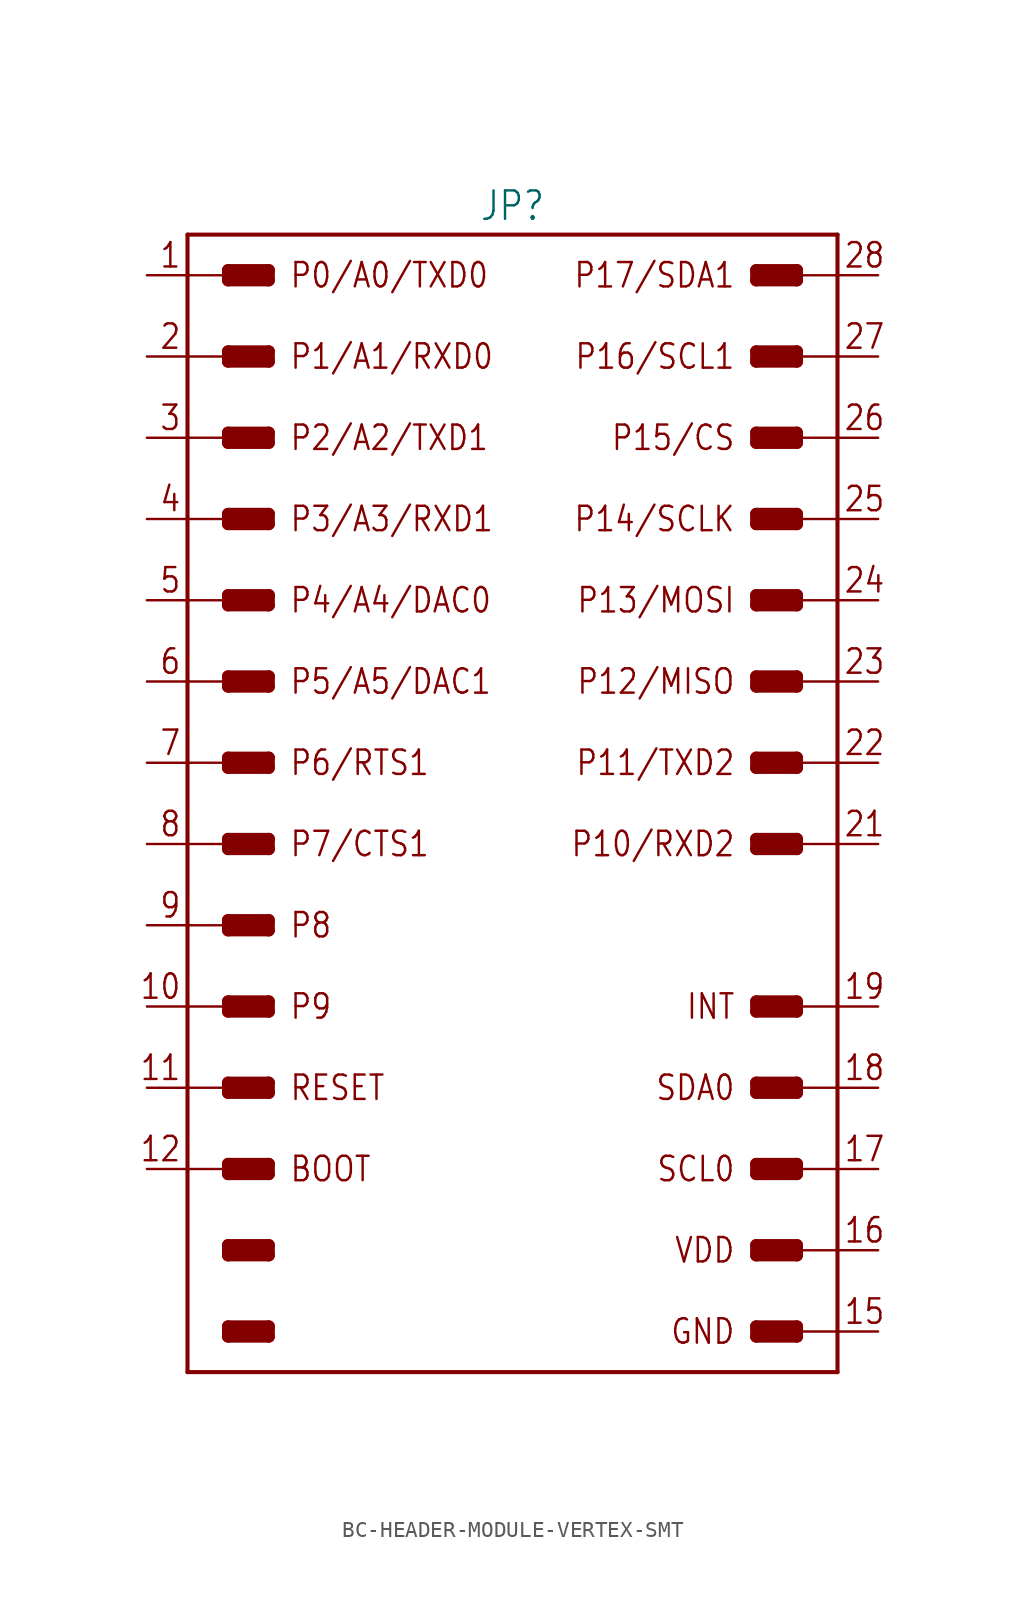
<source format=kicad_sym>
(kicad_symbol_lib
  (version 20231120)
  (generator "kicad_symbol_editor")
  (generator_version "8.0")
  (symbol "BC-HEADER-MODULE-VERTEX-SMT"
    (property "Reference" "JP"
      (at 0 36.322 0)
      (effects (font (size 1.778 1.511)) (justify bottom)))
    (property "Value" ""
      (at 0 -36.322 0)
      (effects (font (size 1.778 1.511)) (justify top)))
    (property "ki_locked" ""
      (at 0 0 0)
      (effects (font (size 1.27 1.27))))
    (symbol "BC-HEADER-MODULE-VERTEX-SMT_1_0"
      (polyline (pts (xy -20.32 -22.86) (xy -20.32 -35.56)) (stroke (width 0.254) (type solid)) (fill (type none)))
      (polyline (pts (xy -20.32 -22.86) (xy -17.78 -22.86)) (stroke (width 0.152) (type solid)) (fill (type none)))
      (polyline (pts (xy -20.32 -17.78) (xy -20.32 -22.86)) (stroke (width 0.254) (type solid)) (fill (type none)))
      (polyline (pts (xy -20.32 -17.78) (xy -17.78 -17.78)) (stroke (width 0.152) (type solid)) (fill (type none)))
      (polyline (pts (xy -20.32 -12.7) (xy -20.32 -17.78)) (stroke (width 0.254) (type solid)) (fill (type none)))
      (polyline (pts (xy -20.32 -12.7) (xy -17.78 -12.7)) (stroke (width 0.152) (type solid)) (fill (type none)))
      (polyline (pts (xy -20.32 -7.62) (xy -20.32 -12.7)) (stroke (width 0.254) (type solid)) (fill (type none)))
      (polyline (pts (xy -20.32 -7.62) (xy -17.78 -7.62)) (stroke (width 0.152) (type solid)) (fill (type none)))
      (polyline (pts (xy -20.32 -2.54) (xy -20.32 -7.62)) (stroke (width 0.254) (type solid)) (fill (type none)))
      (polyline (pts (xy -20.32 -2.54) (xy -17.78 -2.54)) (stroke (width 0.152) (type solid)) (fill (type none)))
      (polyline (pts (xy -20.32 2.54) (xy -20.32 -2.54)) (stroke (width 0.254) (type solid)) (fill (type none)))
      (polyline (pts (xy -20.32 2.54) (xy -17.78 2.54)) (stroke (width 0.152) (type solid)) (fill (type none)))
      (polyline (pts (xy -20.32 7.62) (xy -20.32 2.54)) (stroke (width 0.254) (type solid)) (fill (type none)))
      (polyline (pts (xy -20.32 7.62) (xy -17.78 7.62)) (stroke (width 0.152) (type solid)) (fill (type none)))
      (polyline (pts (xy -20.32 12.7) (xy -20.32 7.62)) (stroke (width 0.254) (type solid)) (fill (type none)))
      (polyline (pts (xy -20.32 12.7) (xy -17.78 12.7)) (stroke (width 0.152) (type solid)) (fill (type none)))
      (polyline (pts (xy -20.32 17.78) (xy -20.32 12.7)) (stroke (width 0.254) (type solid)) (fill (type none)))
      (polyline (pts (xy -20.32 17.78) (xy -17.78 17.78)) (stroke (width 0.152) (type solid)) (fill (type none)))
      (polyline (pts (xy -20.32 22.86) (xy -20.32 17.78)) (stroke (width 0.254) (type solid)) (fill (type none)))
      (polyline (pts (xy -20.32 22.86) (xy -17.78 22.86)) (stroke (width 0.152) (type solid)) (fill (type none)))
      (polyline (pts (xy -20.32 27.94) (xy -20.32 22.86)) (stroke (width 0.254) (type solid)) (fill (type none)))
      (polyline (pts (xy -20.32 27.94) (xy -17.78 27.94)) (stroke (width 0.152) (type solid)) (fill (type none)))
      (polyline (pts (xy -20.32 33.02) (xy -20.32 27.94)) (stroke (width 0.254) (type solid)) (fill (type none)))
      (polyline (pts (xy -20.32 33.02) (xy -17.78 33.02)) (stroke (width 0.152) (type solid)) (fill (type none)))
      (polyline (pts (xy -20.32 35.56) (xy -20.32 33.02)) (stroke (width 0.254) (type solid)) (fill (type none)))
      (polyline (pts (xy -20.32 35.56) (xy 20.32 35.56)) (stroke (width 0.254) (type solid)) (fill (type none)))
      (polyline (pts (xy -17.78 -33.337) (xy -15.24 -33.337)) (stroke (width 0.762) (type solid)) (fill (type none)))
      (polyline (pts (xy -17.78 -32.703) (xy -17.78 -33.337)) (stroke (width 0.762) (type solid)) (fill (type none)))
      (polyline (pts (xy -17.78 -32.703) (xy -15.24 -32.703)) (stroke (width 0.762) (type solid)) (fill (type none)))
      (polyline (pts (xy -17.78 -28.258) (xy -15.24 -28.258)) (stroke (width 0.762) (type solid)) (fill (type none)))
      (polyline (pts (xy -17.78 -27.622) (xy -17.78 -28.258)) (stroke (width 0.762) (type solid)) (fill (type none)))
      (polyline (pts (xy -17.78 -27.622) (xy -15.24 -27.622)) (stroke (width 0.762) (type solid)) (fill (type none)))
      (polyline (pts (xy -17.78 -23.177) (xy -15.24 -23.177)) (stroke (width 0.762) (type solid)) (fill (type none)))
      (polyline (pts (xy -17.78 -22.543) (xy -17.78 -23.177)) (stroke (width 0.762) (type solid)) (fill (type none)))
      (polyline (pts (xy -17.78 -22.543) (xy -15.24 -22.543)) (stroke (width 0.762) (type solid)) (fill (type none)))
      (polyline (pts (xy -17.78 -18.098) (xy -15.24 -18.098)) (stroke (width 0.762) (type solid)) (fill (type none)))
      (polyline (pts (xy -17.78 -17.78) (xy -17.78 -18.098)) (stroke (width 0.762) (type solid)) (fill (type none)))
      (polyline (pts (xy -17.78 -17.462) (xy -17.78 -17.78)) (stroke (width 0.762) (type solid)) (fill (type none)))
      (polyline (pts (xy -17.78 -17.462) (xy -15.24 -17.462)) (stroke (width 0.762) (type solid)) (fill (type none)))
      (polyline (pts (xy -17.78 -13.018) (xy -15.24 -13.018)) (stroke (width 0.762) (type solid)) (fill (type none)))
      (polyline (pts (xy -17.78 -12.7) (xy -17.78 -13.018)) (stroke (width 0.762) (type solid)) (fill (type none)))
      (polyline (pts (xy -17.78 -12.383) (xy -17.78 -12.7)) (stroke (width 0.762) (type solid)) (fill (type none)))
      (polyline (pts (xy -17.78 -12.383) (xy -15.24 -12.383)) (stroke (width 0.762) (type solid)) (fill (type none)))
      (polyline (pts (xy -17.78 -7.938) (xy -15.24 -7.938)) (stroke (width 0.762) (type solid)) (fill (type none)))
      (polyline (pts (xy -17.78 -7.62) (xy -17.78 -7.938)) (stroke (width 0.762) (type solid)) (fill (type none)))
      (polyline (pts (xy -17.78 -7.303) (xy -17.78 -7.62)) (stroke (width 0.762) (type solid)) (fill (type none)))
      (polyline (pts (xy -17.78 -7.303) (xy -15.24 -7.303)) (stroke (width 0.762) (type solid)) (fill (type none)))
      (polyline (pts (xy -17.78 -2.857) (xy -15.24 -2.857)) (stroke (width 0.762) (type solid)) (fill (type none)))
      (polyline (pts (xy -17.78 -2.54) (xy -17.78 -2.857)) (stroke (width 0.762) (type solid)) (fill (type none)))
      (polyline (pts (xy -17.78 -2.223) (xy -17.78 -2.54)) (stroke (width 0.762) (type solid)) (fill (type none)))
      (polyline (pts (xy -17.78 -2.223) (xy -15.24 -2.223)) (stroke (width 0.762) (type solid)) (fill (type none)))
      (polyline (pts (xy -17.78 2.223) (xy -15.24 2.223)) (stroke (width 0.762) (type solid)) (fill (type none)))
      (polyline (pts (xy -17.78 2.54) (xy -17.78 2.223)) (stroke (width 0.762) (type solid)) (fill (type none)))
      (polyline (pts (xy -17.78 2.857) (xy -17.78 2.54)) (stroke (width 0.762) (type solid)) (fill (type none)))
      (polyline (pts (xy -17.78 2.857) (xy -15.24 2.857)) (stroke (width 0.762) (type solid)) (fill (type none)))
      (polyline (pts (xy -17.78 7.303) (xy -15.24 7.303)) (stroke (width 0.762) (type solid)) (fill (type none)))
      (polyline (pts (xy -17.78 7.62) (xy -17.78 7.303)) (stroke (width 0.762) (type solid)) (fill (type none)))
      (polyline (pts (xy -17.78 7.938) (xy -17.78 7.62)) (stroke (width 0.762) (type solid)) (fill (type none)))
      (polyline (pts (xy -17.78 7.938) (xy -15.24 7.938)) (stroke (width 0.762) (type solid)) (fill (type none)))
      (polyline (pts (xy -17.78 12.383) (xy -15.24 12.383)) (stroke (width 0.762) (type solid)) (fill (type none)))
      (polyline (pts (xy -17.78 12.7) (xy -17.78 12.383)) (stroke (width 0.762) (type solid)) (fill (type none)))
      (polyline (pts (xy -17.78 13.018) (xy -17.78 12.7)) (stroke (width 0.762) (type solid)) (fill (type none)))
      (polyline (pts (xy -17.78 13.018) (xy -15.24 13.018)) (stroke (width 0.762) (type solid)) (fill (type none)))
      (polyline (pts (xy -17.78 17.462) (xy -15.24 17.462)) (stroke (width 0.762) (type solid)) (fill (type none)))
      (polyline (pts (xy -17.78 17.78) (xy -17.78 17.462)) (stroke (width 0.762) (type solid)) (fill (type none)))
      (polyline (pts (xy -17.78 18.098) (xy -17.78 17.78)) (stroke (width 0.762) (type solid)) (fill (type none)))
      (polyline (pts (xy -17.78 18.098) (xy -15.24 18.098)) (stroke (width 0.762) (type solid)) (fill (type none)))
      (polyline (pts (xy -17.78 22.543) (xy -15.24 22.543)) (stroke (width 0.762) (type solid)) (fill (type none)))
      (polyline (pts (xy -17.78 22.86) (xy -17.78 22.543)) (stroke (width 0.762) (type solid)) (fill (type none)))
      (polyline (pts (xy -17.78 23.177) (xy -17.78 22.86)) (stroke (width 0.762) (type solid)) (fill (type none)))
      (polyline (pts (xy -17.78 23.177) (xy -15.24 23.177)) (stroke (width 0.762) (type solid)) (fill (type none)))
      (polyline (pts (xy -17.78 27.622) (xy -15.24 27.622)) (stroke (width 0.762) (type solid)) (fill (type none)))
      (polyline (pts (xy -17.78 27.94) (xy -17.78 27.622)) (stroke (width 0.762) (type solid)) (fill (type none)))
      (polyline (pts (xy -17.78 28.258) (xy -17.78 27.94)) (stroke (width 0.762) (type solid)) (fill (type none)))
      (polyline (pts (xy -17.78 28.258) (xy -15.24 28.258)) (stroke (width 0.762) (type solid)) (fill (type none)))
      (polyline (pts (xy -17.78 32.703) (xy -15.24 32.703)) (stroke (width 0.762) (type solid)) (fill (type none)))
      (polyline (pts (xy -17.78 33.02) (xy -17.78 32.703)) (stroke (width 0.762) (type solid)) (fill (type none)))
      (polyline (pts (xy -17.78 33.337) (xy -17.78 33.02)) (stroke (width 0.762) (type solid)) (fill (type none)))
      (polyline (pts (xy -17.78 33.337) (xy -15.24 33.337)) (stroke (width 0.762) (type solid)) (fill (type none)))
      (polyline (pts (xy -15.24 -33.337) (xy -15.24 -32.703)) (stroke (width 0.762) (type solid)) (fill (type none)))
      (polyline (pts (xy -15.24 -28.258) (xy -15.24 -27.622)) (stroke (width 0.762) (type solid)) (fill (type none)))
      (polyline (pts (xy -15.24 -23.177) (xy -15.24 -22.543)) (stroke (width 0.762) (type solid)) (fill (type none)))
      (polyline (pts (xy -15.24 -18.098) (xy -15.24 -17.462)) (stroke (width 0.762) (type solid)) (fill (type none)))
      (polyline (pts (xy -15.24 -13.018) (xy -15.24 -12.383)) (stroke (width 0.762) (type solid)) (fill (type none)))
      (polyline (pts (xy -15.24 -7.938) (xy -15.24 -7.303)) (stroke (width 0.762) (type solid)) (fill (type none)))
      (polyline (pts (xy -15.24 -2.857) (xy -15.24 -2.223)) (stroke (width 0.762) (type solid)) (fill (type none)))
      (polyline (pts (xy -15.24 2.223) (xy -15.24 2.857)) (stroke (width 0.762) (type solid)) (fill (type none)))
      (polyline (pts (xy -15.24 7.303) (xy -15.24 7.938)) (stroke (width 0.762) (type solid)) (fill (type none)))
      (polyline (pts (xy -15.24 12.383) (xy -15.24 13.018)) (stroke (width 0.762) (type solid)) (fill (type none)))
      (polyline (pts (xy -15.24 17.462) (xy -15.24 18.098)) (stroke (width 0.762) (type solid)) (fill (type none)))
      (polyline (pts (xy -15.24 22.543) (xy -15.24 23.177)) (stroke (width 0.762) (type solid)) (fill (type none)))
      (polyline (pts (xy -15.24 27.622) (xy -15.24 28.258)) (stroke (width 0.762) (type solid)) (fill (type none)))
      (polyline (pts (xy -15.24 32.703) (xy -15.24 33.337)) (stroke (width 0.762) (type solid)) (fill (type none)))
      (polyline (pts (xy 15.24 -33.337) (xy 17.78 -33.337)) (stroke (width 0.762) (type solid)) (fill (type none)))
      (polyline (pts (xy 15.24 -32.703) (xy 15.24 -33.337)) (stroke (width 0.762) (type solid)) (fill (type none)))
      (polyline (pts (xy 15.24 -32.703) (xy 17.78 -32.703)) (stroke (width 0.762) (type solid)) (fill (type none)))
      (polyline (pts (xy 15.24 -28.258) (xy 17.78 -28.258)) (stroke (width 0.762) (type solid)) (fill (type none)))
      (polyline (pts (xy 15.24 -27.622) (xy 15.24 -28.258)) (stroke (width 0.762) (type solid)) (fill (type none)))
      (polyline (pts (xy 15.24 -27.622) (xy 17.78 -27.622)) (stroke (width 0.762) (type solid)) (fill (type none)))
      (polyline (pts (xy 15.24 -23.177) (xy 17.78 -23.177)) (stroke (width 0.762) (type solid)) (fill (type none)))
      (polyline (pts (xy 15.24 -22.543) (xy 15.24 -23.177)) (stroke (width 0.762) (type solid)) (fill (type none)))
      (polyline (pts (xy 15.24 -22.543) (xy 17.78 -22.543)) (stroke (width 0.762) (type solid)) (fill (type none)))
      (polyline (pts (xy 15.24 -18.098) (xy 17.78 -18.098)) (stroke (width 0.762) (type solid)) (fill (type none)))
      (polyline (pts (xy 15.24 -17.462) (xy 15.24 -18.098)) (stroke (width 0.762) (type solid)) (fill (type none)))
      (polyline (pts (xy 15.24 -17.462) (xy 17.78 -17.462)) (stroke (width 0.762) (type solid)) (fill (type none)))
      (polyline (pts (xy 15.24 -13.018) (xy 17.78 -13.018)) (stroke (width 0.762) (type solid)) (fill (type none)))
      (polyline (pts (xy 15.24 -12.383) (xy 15.24 -13.018)) (stroke (width 0.762) (type solid)) (fill (type none)))
      (polyline (pts (xy 15.24 -12.383) (xy 17.78 -12.383)) (stroke (width 0.762) (type solid)) (fill (type none)))
      (polyline (pts (xy 15.24 -2.857) (xy 17.78 -2.857)) (stroke (width 0.762) (type solid)) (fill (type none)))
      (polyline (pts (xy 15.24 -2.223) (xy 15.24 -2.857)) (stroke (width 0.762) (type solid)) (fill (type none)))
      (polyline (pts (xy 15.24 -2.223) (xy 17.78 -2.223)) (stroke (width 0.762) (type solid)) (fill (type none)))
      (polyline (pts (xy 15.24 2.223) (xy 17.78 2.223)) (stroke (width 0.762) (type solid)) (fill (type none)))
      (polyline (pts (xy 15.24 2.857) (xy 15.24 2.223)) (stroke (width 0.762) (type solid)) (fill (type none)))
      (polyline (pts (xy 15.24 2.857) (xy 17.78 2.857)) (stroke (width 0.762) (type solid)) (fill (type none)))
      (polyline (pts (xy 15.24 7.303) (xy 17.78 7.303)) (stroke (width 0.762) (type solid)) (fill (type none)))
      (polyline (pts (xy 15.24 7.938) (xy 15.24 7.303)) (stroke (width 0.762) (type solid)) (fill (type none)))
      (polyline (pts (xy 15.24 7.938) (xy 17.78 7.938)) (stroke (width 0.762) (type solid)) (fill (type none)))
      (polyline (pts (xy 15.24 12.383) (xy 17.78 12.383)) (stroke (width 0.762) (type solid)) (fill (type none)))
      (polyline (pts (xy 15.24 13.018) (xy 15.24 12.383)) (stroke (width 0.762) (type solid)) (fill (type none)))
      (polyline (pts (xy 15.24 13.018) (xy 17.78 13.018)) (stroke (width 0.762) (type solid)) (fill (type none)))
      (polyline (pts (xy 15.24 17.462) (xy 17.78 17.462)) (stroke (width 0.762) (type solid)) (fill (type none)))
      (polyline (pts (xy 15.24 18.098) (xy 15.24 17.462)) (stroke (width 0.762) (type solid)) (fill (type none)))
      (polyline (pts (xy 15.24 18.098) (xy 17.78 18.098)) (stroke (width 0.762) (type solid)) (fill (type none)))
      (polyline (pts (xy 15.24 22.543) (xy 17.78 22.543)) (stroke (width 0.762) (type solid)) (fill (type none)))
      (polyline (pts (xy 15.24 23.177) (xy 15.24 22.543)) (stroke (width 0.762) (type solid)) (fill (type none)))
      (polyline (pts (xy 15.24 23.177) (xy 17.78 23.177)) (stroke (width 0.762) (type solid)) (fill (type none)))
      (polyline (pts (xy 15.24 27.622) (xy 17.78 27.622)) (stroke (width 0.762) (type solid)) (fill (type none)))
      (polyline (pts (xy 15.24 28.258) (xy 15.24 27.622)) (stroke (width 0.762) (type solid)) (fill (type none)))
      (polyline (pts (xy 15.24 28.258) (xy 17.78 28.258)) (stroke (width 0.762) (type solid)) (fill (type none)))
      (polyline (pts (xy 15.24 32.703) (xy 17.78 32.703)) (stroke (width 0.762) (type solid)) (fill (type none)))
      (polyline (pts (xy 15.24 33.337) (xy 15.24 32.703)) (stroke (width 0.762) (type solid)) (fill (type none)))
      (polyline (pts (xy 15.24 33.337) (xy 17.78 33.337)) (stroke (width 0.762) (type solid)) (fill (type none)))
      (polyline (pts (xy 17.78 -33.337) (xy 17.78 -33.02)) (stroke (width 0.762) (type solid)) (fill (type none)))
      (polyline (pts (xy 17.78 -33.02) (xy 17.78 -32.703)) (stroke (width 0.762) (type solid)) (fill (type none)))
      (polyline (pts (xy 17.78 -33.02) (xy 20.32 -33.02)) (stroke (width 0.152) (type solid)) (fill (type none)))
      (polyline (pts (xy 17.78 -28.258) (xy 17.78 -27.94)) (stroke (width 0.762) (type solid)) (fill (type none)))
      (polyline (pts (xy 17.78 -27.94) (xy 17.78 -27.622)) (stroke (width 0.762) (type solid)) (fill (type none)))
      (polyline (pts (xy 17.78 -27.94) (xy 20.32 -27.94)) (stroke (width 0.152) (type solid)) (fill (type none)))
      (polyline (pts (xy 17.78 -23.177) (xy 17.78 -22.86)) (stroke (width 0.762) (type solid)) (fill (type none)))
      (polyline (pts (xy 17.78 -22.86) (xy 17.78 -22.543)) (stroke (width 0.762) (type solid)) (fill (type none)))
      (polyline (pts (xy 17.78 -22.86) (xy 20.32 -22.86)) (stroke (width 0.152) (type solid)) (fill (type none)))
      (polyline (pts (xy 17.78 -18.098) (xy 17.78 -17.78)) (stroke (width 0.762) (type solid)) (fill (type none)))
      (polyline (pts (xy 17.78 -17.78) (xy 17.78 -17.462)) (stroke (width 0.762) (type solid)) (fill (type none)))
      (polyline (pts (xy 17.78 -17.78) (xy 20.32 -17.78)) (stroke (width 0.152) (type solid)) (fill (type none)))
      (polyline (pts (xy 17.78 -13.018) (xy 17.78 -12.7)) (stroke (width 0.762) (type solid)) (fill (type none)))
      (polyline (pts (xy 17.78 -12.7) (xy 17.78 -12.383)) (stroke (width 0.762) (type solid)) (fill (type none)))
      (polyline (pts (xy 17.78 -12.7) (xy 20.32 -12.7)) (stroke (width 0.152) (type solid)) (fill (type none)))
      (polyline (pts (xy 17.78 -2.857) (xy 17.78 -2.54)) (stroke (width 0.762) (type solid)) (fill (type none)))
      (polyline (pts (xy 17.78 -2.54) (xy 17.78 -2.223)) (stroke (width 0.762) (type solid)) (fill (type none)))
      (polyline (pts (xy 17.78 -2.54) (xy 20.32 -2.54)) (stroke (width 0.152) (type solid)) (fill (type none)))
      (polyline (pts (xy 17.78 2.223) (xy 17.78 2.54)) (stroke (width 0.762) (type solid)) (fill (type none)))
      (polyline (pts (xy 17.78 2.54) (xy 17.78 2.857)) (stroke (width 0.762) (type solid)) (fill (type none)))
      (polyline (pts (xy 17.78 2.54) (xy 20.32 2.54)) (stroke (width 0.152) (type solid)) (fill (type none)))
      (polyline (pts (xy 17.78 7.303) (xy 17.78 7.62)) (stroke (width 0.762) (type solid)) (fill (type none)))
      (polyline (pts (xy 17.78 7.62) (xy 17.78 7.938)) (stroke (width 0.762) (type solid)) (fill (type none)))
      (polyline (pts (xy 17.78 7.62) (xy 20.32 7.62)) (stroke (width 0.152) (type solid)) (fill (type none)))
      (polyline (pts (xy 17.78 12.383) (xy 17.78 12.7)) (stroke (width 0.762) (type solid)) (fill (type none)))
      (polyline (pts (xy 17.78 12.7) (xy 17.78 13.018)) (stroke (width 0.762) (type solid)) (fill (type none)))
      (polyline (pts (xy 17.78 12.7) (xy 20.32 12.7)) (stroke (width 0.152) (type solid)) (fill (type none)))
      (polyline (pts (xy 17.78 17.462) (xy 17.78 17.78)) (stroke (width 0.762) (type solid)) (fill (type none)))
      (polyline (pts (xy 17.78 17.78) (xy 17.78 18.098)) (stroke (width 0.762) (type solid)) (fill (type none)))
      (polyline (pts (xy 17.78 17.78) (xy 20.32 17.78)) (stroke (width 0.152) (type solid)) (fill (type none)))
      (polyline (pts (xy 17.78 22.543) (xy 17.78 22.86)) (stroke (width 0.762) (type solid)) (fill (type none)))
      (polyline (pts (xy 17.78 22.86) (xy 17.78 23.177)) (stroke (width 0.762) (type solid)) (fill (type none)))
      (polyline (pts (xy 17.78 22.86) (xy 20.32 22.86)) (stroke (width 0.152) (type solid)) (fill (type none)))
      (polyline (pts (xy 17.78 27.622) (xy 17.78 27.94)) (stroke (width 0.762) (type solid)) (fill (type none)))
      (polyline (pts (xy 17.78 27.94) (xy 17.78 28.258)) (stroke (width 0.762) (type solid)) (fill (type none)))
      (polyline (pts (xy 17.78 27.94) (xy 20.32 27.94)) (stroke (width 0.152) (type solid)) (fill (type none)))
      (polyline (pts (xy 17.78 32.703) (xy 17.78 33.02)) (stroke (width 0.762) (type solid)) (fill (type none)))
      (polyline (pts (xy 17.78 33.02) (xy 17.78 33.337)) (stroke (width 0.762) (type solid)) (fill (type none)))
      (polyline (pts (xy 17.78 33.02) (xy 20.32 33.02)) (stroke (width 0.152) (type solid)) (fill (type none)))
      (polyline (pts (xy 20.32 -35.56) (xy -20.32 -35.56)) (stroke (width 0.254) (type solid)) (fill (type none)))
      (polyline (pts (xy 20.32 -33.02) (xy 20.32 -35.56)) (stroke (width 0.254) (type solid)) (fill (type none)))
      (polyline (pts (xy 20.32 -27.94) (xy 20.32 -33.02)) (stroke (width 0.254) (type solid)) (fill (type none)))
      (polyline (pts (xy 20.32 -22.86) (xy 20.32 -27.94)) (stroke (width 0.254) (type solid)) (fill (type none)))
      (polyline (pts (xy 20.32 -17.78) (xy 20.32 -22.86)) (stroke (width 0.254) (type solid)) (fill (type none)))
      (polyline (pts (xy 20.32 -12.7) (xy 20.32 -17.78)) (stroke (width 0.254) (type solid)) (fill (type none)))
      (polyline (pts (xy 20.32 -2.54) (xy 20.32 -12.7)) (stroke (width 0.254) (type solid)) (fill (type none)))
      (polyline (pts (xy 20.32 2.54) (xy 20.32 -2.54)) (stroke (width 0.254) (type solid)) (fill (type none)))
      (polyline (pts (xy 20.32 7.62) (xy 20.32 2.54)) (stroke (width 0.254) (type solid)) (fill (type none)))
      (polyline (pts (xy 20.32 12.7) (xy 20.32 7.62)) (stroke (width 0.254) (type solid)) (fill (type none)))
      (polyline (pts (xy 20.32 17.78) (xy 20.32 12.7)) (stroke (width 0.254) (type solid)) (fill (type none)))
      (polyline (pts (xy 20.32 22.86) (xy 20.32 17.78)) (stroke (width 0.254) (type solid)) (fill (type none)))
      (polyline (pts (xy 20.32 27.94) (xy 20.32 22.86)) (stroke (width 0.254) (type solid)) (fill (type none)))
      (polyline (pts (xy 20.32 33.02) (xy 20.32 27.94)) (stroke (width 0.254) (type solid)) (fill (type none)))
      (polyline (pts (xy 20.32 35.56) (xy 20.32 33.02)) (stroke (width 0.254) (type solid)) (fill (type none)))
      (text "1" (at -20.676 33.376 0) (effects (font (size 1.524 1.295)) (justify right bottom)))
      (text "10" (at -20.676 -12.344 0) (effects (font (size 1.524 1.295)) (justify right bottom)))
      (text "11" (at -20.676 -17.424 0) (effects (font (size 1.524 1.295)) (justify right bottom)))
      (text "12" (at -20.676 -22.504 0) (effects (font (size 1.524 1.295)) (justify right bottom)))
      (text "15" (at 20.676 -32.664 0) (effects (font (size 1.524 1.295)) (justify left bottom)))
      (text "16" (at 20.676 -27.584 0) (effects (font (size 1.524 1.295)) (justify left bottom)))
      (text "17" (at 20.676 -22.504 0) (effects (font (size 1.524 1.295)) (justify left bottom)))
      (text "18" (at 20.676 -17.424 0) (effects (font (size 1.524 1.295)) (justify left bottom)))
      (text "19" (at 20.676 -12.344 0) (effects (font (size 1.524 1.295)) (justify left bottom)))
      (text "2" (at -20.676 28.296 0) (effects (font (size 1.524 1.295)) (justify right bottom)))
      (text "21" (at 20.676 -2.184 0) (effects (font (size 1.524 1.295)) (justify left bottom)))
      (text "22" (at 20.676 2.896 0) (effects (font (size 1.524 1.295)) (justify left bottom)))
      (text "23" (at 20.676 7.976 0) (effects (font (size 1.524 1.295)) (justify left bottom)))
      (text "24" (at 20.676 13.056 0) (effects (font (size 1.524 1.295)) (justify left bottom)))
      (text "25" (at 20.676 18.136 0) (effects (font (size 1.524 1.295)) (justify left bottom)))
      (text "26" (at 20.676 23.216 0) (effects (font (size 1.524 1.295)) (justify left bottom)))
      (text "27" (at 20.676 28.296 0) (effects (font (size 1.524 1.295)) (justify left bottom)))
      (text "28" (at 20.676 33.376 0) (effects (font (size 1.524 1.295)) (justify left bottom)))
      (text "3" (at -20.676 23.216 0) (effects (font (size 1.524 1.295)) (justify right bottom)))
      (text "4" (at -20.676 18.136 0) (effects (font (size 1.524 1.295)) (justify right bottom)))
      (text "5" (at -20.676 13.056 0) (effects (font (size 1.524 1.295)) (justify right bottom)))
      (text "6" (at -20.676 7.976 0) (effects (font (size 1.524 1.295)) (justify right bottom)))
      (text "7" (at -20.676 2.896 0) (effects (font (size 1.524 1.295)) (justify right bottom)))
      (text "8" (at -20.676 -2.184 0) (effects (font (size 1.524 1.295)) (justify right bottom)))
      (text "9" (at -20.676 -7.264 0) (effects (font (size 1.524 1.295)) (justify right bottom)))
      (text "BOOT" (at -13.97 -22.86 0) (effects (font (size 1.524 1.295)) (justify left)))
      (text "GND" (at 13.97 -33.02 0) (effects (font (size 1.524 1.295)) (justify right)))
      (text "INT" (at 13.97 -12.7 0) (effects (font (size 1.524 1.295)) (justify right)))
      (text "P0/A0/TXD0" (at -13.97 33.02 0) (effects (font (size 1.524 1.295)) (justify left)))
      (text "P1/A1/RXD0" (at -13.97 27.94 0) (effects (font (size 1.524 1.295)) (justify left)))
      (text "P10/RXD2" (at 13.97 -2.54 0) (effects (font (size 1.524 1.295)) (justify right)))
      (text "P11/TXD2" (at 13.97 2.54 0) (effects (font (size 1.524 1.295)) (justify right)))
      (text "P12/MISO" (at 13.97 7.62 0) (effects (font (size 1.524 1.295)) (justify right)))
      (text "P13/MOSI" (at 13.97 12.7 0) (effects (font (size 1.524 1.295)) (justify right)))
      (text "P14/SCLK" (at 13.97 17.78 0) (effects (font (size 1.524 1.295)) (justify right)))
      (text "P15/CS" (at 13.97 22.86 0) (effects (font (size 1.524 1.295)) (justify right)))
      (text "P16/SCL1" (at 13.97 27.94 0) (effects (font (size 1.524 1.295)) (justify right)))
      (text "P17/SDA1" (at 13.97 33.02 0) (effects (font (size 1.524 1.295)) (justify right)))
      (text "P2/A2/TXD1" (at -13.97 22.86 0) (effects (font (size 1.524 1.295)) (justify left)))
      (text "P3/A3/RXD1" (at -13.97 17.78 0) (effects (font (size 1.524 1.295)) (justify left)))
      (text "P4/A4/DAC0" (at -13.97 12.7 0) (effects (font (size 1.524 1.295)) (justify left)))
      (text "P5/A5/DAC1" (at -13.97 7.62 0) (effects (font (size 1.524 1.295)) (justify left)))
      (text "P6/RTS1" (at -13.97 2.54 0) (effects (font (size 1.524 1.295)) (justify left)))
      (text "P7/CTS1" (at -13.97 -2.54 0) (effects (font (size 1.524 1.295)) (justify left)))
      (text "P8" (at -13.97 -7.62 0) (effects (font (size 1.524 1.295)) (justify left)))
      (text "P9" (at -13.97 -12.7 0) (effects (font (size 1.524 1.295)) (justify left)))
      (text "RESET" (at -13.97 -17.78 0) (effects (font (size 1.524 1.295)) (justify left)))
      (text "SCL0" (at 13.97 -22.86 0) (effects (font (size 1.524 1.295)) (justify right)))
      (text "SDA0" (at 13.97 -17.78 0) (effects (font (size 1.524 1.295)) (justify right)))
      (text "VDD" (at 13.97 -27.94 0) (effects (font (size 1.524 1.295)) (justify right)))
      (pin passive line (at -22.86 33.02 0) (length 2.54) (name "P0/A0/TXD0" (effects (font (size 0 0)))) (number "1" (effects (font (size 0 0)))))
      (pin passive line (at -22.86 -12.7 0) (length 2.54) (name "P9" (effects (font (size 0 0)))) (number "10" (effects (font (size 0 0)))))
      (pin passive line (at -22.86 -17.78 0) (length 2.54) (name "RESET" (effects (font (size 0 0)))) (number "11" (effects (font (size 0 0)))))
      (pin passive line (at -22.86 -22.86 0) (length 2.54) (name "BOOT" (effects (font (size 0 0)))) (number "12" (effects (font (size 0 0)))))
      (pin passive line (at 22.86 -33.02 180) (length 2.54) (name "GND" (effects (font (size 0 0)))) (number "15" (effects (font (size 0 0)))))
      (pin passive line (at 22.86 -27.94 180) (length 2.54) (name "VDD" (effects (font (size 0 0)))) (number "16" (effects (font (size 0 0)))))
      (pin passive line (at 22.86 -22.86 180) (length 2.54) (name "SCL0" (effects (font (size 0 0)))) (number "17" (effects (font (size 0 0)))))
      (pin passive line (at 22.86 -17.78 180) (length 2.54) (name "SDA0" (effects (font (size 0 0)))) (number "18" (effects (font (size 0 0)))))
      (pin passive line (at 22.86 -12.7 180) (length 2.54) (name "INT" (effects (font (size 0 0)))) (number "19" (effects (font (size 0 0)))))
      (pin passive line (at -22.86 27.94 0) (length 2.54) (name "P1/A1/RXD0" (effects (font (size 0 0)))) (number "2" (effects (font (size 0 0)))))
      (pin passive line (at 22.86 -2.54 180) (length 2.54) (name "P10/RXD2" (effects (font (size 0 0)))) (number "21" (effects (font (size 0 0)))))
      (pin passive line (at 22.86 2.54 180) (length 2.54) (name "P11/TXD2" (effects (font (size 0 0)))) (number "22" (effects (font (size 0 0)))))
      (pin passive line (at 22.86 7.62 180) (length 2.54) (name "P12/MISO" (effects (font (size 0 0)))) (number "23" (effects (font (size 0 0)))))
      (pin passive line (at 22.86 12.7 180) (length 2.54) (name "P13/MOSI" (effects (font (size 0 0)))) (number "24" (effects (font (size 0 0)))))
      (pin passive line (at 22.86 17.78 180) (length 2.54) (name "P14/SCLK" (effects (font (size 0 0)))) (number "25" (effects (font (size 0 0)))))
      (pin passive line (at 22.86 22.86 180) (length 2.54) (name "P15/CS" (effects (font (size 0 0)))) (number "26" (effects (font (size 0 0)))))
      (pin passive line (at 22.86 27.94 180) (length 2.54) (name "P16/SCL1" (effects (font (size 0 0)))) (number "27" (effects (font (size 0 0)))))
      (pin passive line (at 22.86 33.02 180) (length 2.54) (name "P17/SDA1" (effects (font (size 0 0)))) (number "28" (effects (font (size 0 0)))))
      (pin passive line (at -22.86 22.86 0) (length 2.54) (name "P2/A2/TXD1" (effects (font (size 0 0)))) (number "3" (effects (font (size 0 0)))))
      (pin passive line (at -22.86 17.78 0) (length 2.54) (name "P3/A3/RXD1" (effects (font (size 0 0)))) (number "4" (effects (font (size 0 0)))))
      (pin passive line (at -22.86 12.7 0) (length 2.54) (name "P4/A4/DAC0" (effects (font (size 0 0)))) (number "5" (effects (font (size 0 0)))))
      (pin passive line (at -22.86 7.62 0) (length 2.54) (name "P5/A5/DAC1" (effects (font (size 0 0)))) (number "6" (effects (font (size 0 0)))))
      (pin passive line (at -22.86 2.54 0) (length 2.54) (name "P6/RTS1" (effects (font (size 0 0)))) (number "7" (effects (font (size 0 0)))))
      (pin passive line (at -22.86 -2.54 0) (length 2.54) (name "P7/CTS1" (effects (font (size 0 0)))) (number "8" (effects (font (size 0 0)))))
      (pin passive line (at -22.86 -7.62 0) (length 2.54) (name "P8" (effects (font (size 0 0)))) (number "9" (effects (font (size 0 0))))))))
</source>
